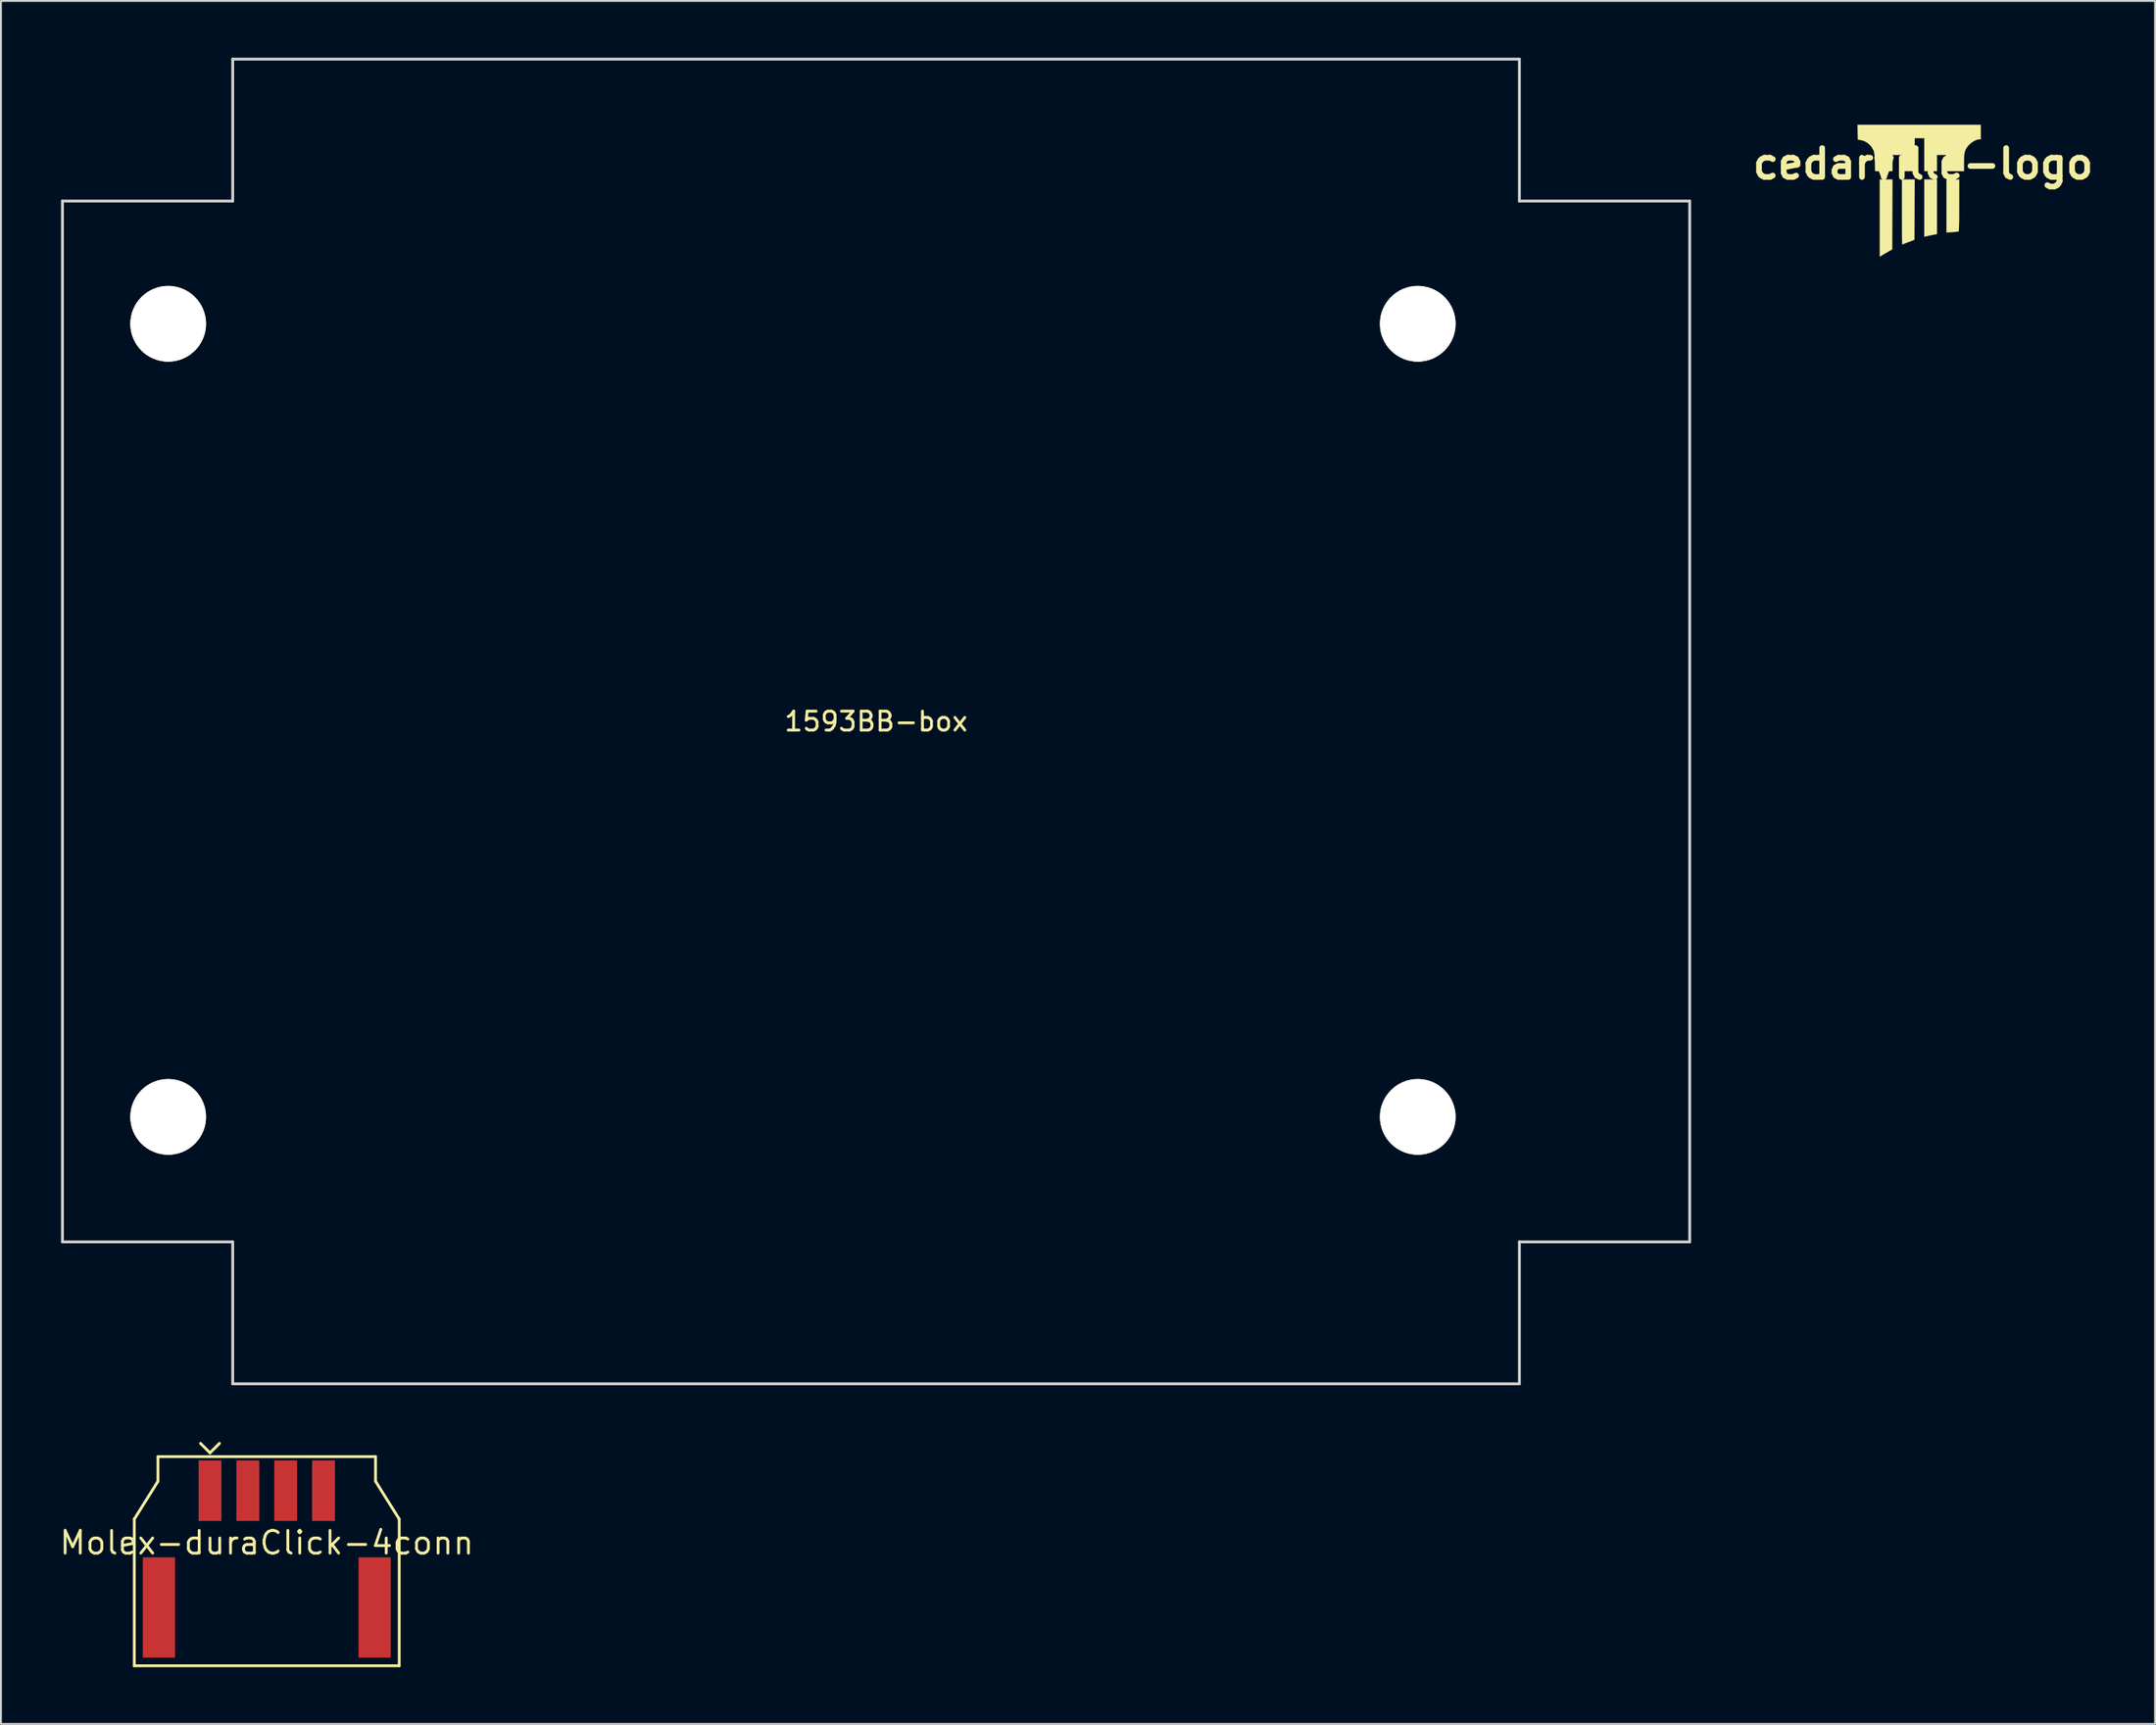
<source format=kicad_pcb>
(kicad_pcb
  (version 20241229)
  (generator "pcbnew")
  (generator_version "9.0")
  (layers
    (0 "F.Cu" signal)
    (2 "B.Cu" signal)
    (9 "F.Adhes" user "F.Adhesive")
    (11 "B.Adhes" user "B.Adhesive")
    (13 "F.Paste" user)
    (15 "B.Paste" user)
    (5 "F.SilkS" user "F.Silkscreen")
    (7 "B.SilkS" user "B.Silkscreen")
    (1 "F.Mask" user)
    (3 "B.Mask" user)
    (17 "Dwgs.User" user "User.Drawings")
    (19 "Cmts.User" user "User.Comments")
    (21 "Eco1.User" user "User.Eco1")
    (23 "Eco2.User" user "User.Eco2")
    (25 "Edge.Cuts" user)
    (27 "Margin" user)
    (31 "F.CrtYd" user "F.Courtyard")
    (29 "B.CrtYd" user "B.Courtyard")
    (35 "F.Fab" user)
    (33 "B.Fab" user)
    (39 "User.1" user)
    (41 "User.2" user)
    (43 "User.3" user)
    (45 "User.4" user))
  (footprint "cedarville-logo"
    (layer "F.Cu")
    (at 98.585 5.611)
    (property "Reference" "cedarville-logo" (at 0 0 0) (layer "F.SilkS") (effects (font (size 1.524 1.524) (thickness 0.3))))
    (attr through_hole)
    (fp_poly (pts (xy -0.19 -5.573) (xy -0.174 -5.486) (xy -0.151 -5.353) (xy -0.122 -5.182) (xy -0.089 -4.984) (xy -0.061 -4.808) (xy -0.027 -4.592) (xy 0.005 -4.398) (xy 0.033 -4.235) (xy 0.055 -4.11) (xy 0.07 -4.032) (xy 0.076 -4.009) (xy 0.095 -4.032) (xy 0.145 -4.1) (xy 0.219 -4.208) (xy 0.313 -4.348) (xy 0.422 -4.513) (xy 0.512 -4.652) (xy 0.632 -4.836) (xy 0.742 -5.004) (xy 0.837 -5.149) (xy 0.912 -5.262) (xy 0.962 -5.336) (xy 0.979 -5.359) (xy 1.009 -5.394) (xy 1.01 -5.375) (xy 1.003 -5.35) (xy 0.99 -5.302) (xy 0.963 -5.203) (xy 0.924 -5.061) (xy 0.876 -4.885) (xy 0.821 -4.685) (xy 0.781 -4.54) (xy 0.725 -4.333) (xy 0.676 -4.147) (xy 0.635 -3.991) (xy 0.606 -3.873) (xy 0.59 -3.801) (xy 0.588 -3.783) (xy 0.616 -3.797) (xy 0.691 -3.84) (xy 0.804 -3.91) (xy 0.948 -4.001) (xy 1.117 -4.108) (xy 1.27 -4.207) (xy 1.453 -4.325) (xy 1.618 -4.43) (xy 1.758 -4.517) (xy 1.864 -4.583) (xy 1.931 -4.622) (xy 1.951 -4.631) (xy 1.934 -4.604) (xy 1.883 -4.535) (xy 1.801 -4.43) (xy 1.696 -4.297) (xy 1.57 -4.141) (xy 1.457 -4) (xy 1.321 -3.832) (xy 1.201 -3.679) (xy 1.102 -3.551) (xy 1.029 -3.452) (xy 0.988 -3.391) (xy 0.981 -3.372) (xy 1.017 -3.375) (xy 1.105 -3.386) (xy 1.235 -3.403) (xy 1.397 -3.426) (xy 1.58 -3.453) (xy 1.774 -3.482) (xy 1.968 -3.512) (xy 2.152 -3.54) (xy 2.317 -3.566) (xy 2.45 -3.589) (xy 2.54 -3.605) (xy 2.537 -3.596) (xy 2.485 -3.562) (xy 2.389 -3.508) (xy 2.258 -3.437) (xy 2.098 -3.353) (xy 2.037 -3.321) (xy 1.859 -3.23) (xy 1.701 -3.146) (xy 1.569 -3.076) (xy 1.475 -3.023) (xy 1.425 -2.993) (xy 1.421 -2.99) (xy 1.422 -2.963) (xy 1.483 -2.942) (xy 1.512 -2.936) (xy 1.587 -2.922) (xy 1.709 -2.899) (xy 1.865 -2.87) (xy 2.038 -2.836) (xy 2.111 -2.822) (xy 2.3 -2.787) (xy 2.489 -2.755) (xy 2.658 -2.729) (xy 2.789 -2.712) (xy 2.818 -2.71) (xy 3.048 -2.689) (xy 3.048 -2.413) (xy 2.888 -2.413) (xy 2.8 -2.419) (xy 2.666 -2.436) (xy 2.5 -2.462) (xy 2.32 -2.493) (xy 2.245 -2.507) (xy 1.815 -2.587) (xy 1.439 -2.646) (xy 1.113 -2.684) (xy 0.83 -2.702) (xy 0.587 -2.7) (xy 0.378 -2.676) (xy 0.196 -2.632) (xy 0.038 -2.568) (xy -0.08 -2.498) (xy -0.158 -2.449) (xy -0.207 -2.435) (xy -0.244 -2.452) (xy -0.253 -2.46) (xy -0.307 -2.497) (xy -0.399 -2.547) (xy -0.493 -2.594) (xy -0.564 -2.626) (xy -0.626 -2.649) (xy -0.691 -2.665) (xy -0.771 -2.675) (xy -0.879 -2.68) (xy -1.025 -2.681) (xy -1.222 -2.681) (xy -1.238 -2.681) (xy -1.447 -2.679) (xy -1.615 -2.674) (xy -1.76 -2.664) (xy -1.901 -2.648) (xy -2.057 -2.622) (xy -2.246 -2.585) (xy -2.365 -2.561) (xy -2.57 -2.52) (xy -2.775 -2.484) (xy -2.963 -2.453) (xy -3.117 -2.432) (xy -3.199 -2.423) (xy -3.461 -2.404) (xy -3.461 -2.69) (xy -3.231 -2.707) (xy -3.126 -2.719) (xy -2.986 -2.739) (xy -2.82 -2.766) (xy -2.64 -2.798) (xy -2.455 -2.833) (xy -2.275 -2.868) (xy -2.111 -2.902) (xy -1.972 -2.934) (xy -1.868 -2.96) (xy -1.81 -2.979) (xy -1.801 -2.987) (xy -1.836 -3.007) (xy -1.918 -3.052) (xy -2.04 -3.116) (xy -2.192 -3.195) (xy -2.367 -3.285) (xy -2.429 -3.316) (xy -2.6 -3.405) (xy -2.744 -3.482) (xy -2.854 -3.544) (xy -2.922 -3.587) (xy -2.944 -3.607) (xy -2.937 -3.608) (xy -2.529 -3.542) (xy -2.183 -3.488) (xy -1.899 -3.444) (xy -1.677 -3.411) (xy -1.516 -3.389) (xy -1.415 -3.378) (xy -1.375 -3.377) (xy -1.374 -3.378) (xy -1.389 -3.405) (xy -1.438 -3.473) (xy -1.514 -3.575) (xy -1.611 -3.7) (xy -1.722 -3.842) (xy -1.842 -3.992) (xy -1.963 -4.143) (xy -2.08 -4.285) (xy -2.185 -4.411) (xy -2.272 -4.512) (xy -2.276 -4.517) (xy -2.338 -4.595) (xy -2.373 -4.653) (xy -2.378 -4.684) (xy -2.352 -4.678) (xy -2.31 -4.644) (xy -2.258 -4.603) (xy -2.166 -4.538) (xy -2.044 -4.455) (xy -1.9 -4.359) (xy -1.742 -4.257) (xy -1.58 -4.152) (xy -1.422 -4.052) (xy -1.277 -3.962) (xy -1.153 -3.886) (xy -1.059 -3.832) (xy -1.004 -3.803) (xy -0.993 -3.801) (xy -0.999 -3.837) (xy -1.019 -3.926) (xy -1.052 -4.06) (xy -1.094 -4.228) (xy -1.145 -4.424) (xy -1.188 -4.588) (xy -1.244 -4.797) (xy -1.293 -4.985) (xy -1.333 -5.144) (xy -1.363 -5.264) (xy -1.38 -5.339) (xy -1.383 -5.359) (xy -1.364 -5.336) (xy -1.315 -5.266) (xy -1.242 -5.157) (xy -1.148 -5.015) (xy -1.038 -4.848) (xy -0.933 -4.686) (xy -0.813 -4.502) (xy -0.704 -4.339) (xy -0.611 -4.204) (xy -0.538 -4.102) (xy -0.49 -4.041) (xy -0.473 -4.026) (xy -0.463 -4.062) (xy -0.445 -4.153) (xy -0.421 -4.288) (xy -0.391 -4.46) (xy -0.359 -4.661) (xy -0.332 -4.833) (xy -0.298 -5.047) (xy -0.267 -5.237) (xy -0.24 -5.397) (xy -0.219 -5.517) (xy -0.204 -5.589) (xy -0.198 -5.606) (xy -0.19 -5.573)) (stroke (width 0.01) (type solid)) (fill yes) (layer "F.Mask"))
    (fp_poly (pts (xy -1.635 4.516) (xy -1.841 4.634) (xy -1.963 4.705) (xy -2.081 4.773) (xy -2.167 4.824) (xy -2.286 4.896) (xy -2.286 0.826) (xy -1.619 0.826) (xy -1.635 4.516)) (stroke (width 0.01) (type solid)) (fill yes) (layer "F.SilkS"))
    (fp_poly (pts (xy 0.73 3.706) (xy 0.468 3.758) (xy 0.338 3.785) (xy 0.224 3.81) (xy 0.147 3.827) (xy 0.135 3.83) (xy 0.064 3.849) (xy 0.064 0.826) (xy 0.73 0.826) (xy 0.73 3.706)) (stroke (width 0.01) (type solid)) (fill yes) (layer "F.SilkS"))
    (fp_poly (pts (xy 1.905 2.189) (xy 1.904 2.477) (xy 1.903 2.745) (xy 1.901 2.986) (xy 1.897 3.194) (xy 1.893 3.362) (xy 1.889 3.484) (xy 1.884 3.553) (xy 1.881 3.566) (xy 1.841 3.574) (xy 1.753 3.585) (xy 1.631 3.596) (xy 1.548 3.603) (xy 1.238 3.625) (xy 1.238 0.826) (xy 1.905 0.826) (xy 1.905 2.189)) (stroke (width 0.01) (type solid)) (fill yes) (layer "F.SilkS"))
    (fp_poly (pts (xy -0.46 4.008) (xy -0.778 4.131) (xy -0.908 4.181) (xy -1.014 4.221) (xy -1.083 4.247) (xy -1.103 4.254) (xy -1.105 4.224) (xy -1.106 4.135) (xy -1.107 3.995) (xy -1.109 3.808) (xy -1.11 3.581) (xy -1.11 3.32) (xy -1.111 3.029) (xy -1.111 2.716) (xy -1.111 2.54) (xy -1.111 0.826) (xy -0.444 0.826) (xy -0.46 4.008)) (stroke (width 0.01) (type solid)) (fill yes) (layer "F.SilkS"))
    (fp_poly (pts (xy -0.207 -2.064) (xy 3.048 -2.064) (xy 3.048 -1.302) (xy 2.961 -1.301) (xy 2.833 -1.277) (xy 2.686 -1.21) (xy 2.538 -1.111) (xy 2.408 -0.99) (xy 2.407 -0.989) (xy 2.318 -0.881) (xy 2.253 -0.776) (xy 2.208 -0.662) (xy 2.179 -0.525) (xy 2.164 -0.353) (xy 2.159 -0.133) (xy 2.159 -0.074) (xy 2.159 0.381) (xy 1.206 0.381) (xy 1.206 -0.476) (xy 0.73 -0.476) (xy 0.73 0.381) (xy 0.064 0.381) (xy 0.064 -1.365) (xy -0.445 -1.365) (xy -0.445 0.381) (xy -1.111 0.381) (xy -1.111 -0.476) (xy -1.619 -0.476) (xy -1.619 0.381) (xy -2.532 0.381) (xy -2.546 -0.103) (xy -2.553 -0.303) (xy -2.562 -0.451) (xy -2.575 -0.562) (xy -2.593 -0.646) (xy -2.618 -0.717) (xy -2.625 -0.732) (xy -2.751 -0.941) (xy -2.918 -1.102) (xy -3.122 -1.214) (xy -3.306 -1.264) (xy -3.445 -1.288) (xy -3.463 -2.064) (xy -0.207 -2.064)) (stroke (width 0.01) (type solid)) (fill yes) (layer "F.SilkS")))
  (footprint "1593BB-box"
    (layer "F.Cu")
    (at 0.25 62.575)
    (property "Reference" "1593BB-box" (at 43 -27.5 0) (layer "F.SilkS") (effects (font (size 1 1) (thickness 0.15))))
    (attr through_hole)
    (fp_line (start 0 -55) (end 9 -55) (stroke (width 0.15) (type solid)) (layer "Edge.Cuts"))
    (fp_line (start 0 0) (end 0 -55) (stroke (width 0.15) (type solid)) (layer "Edge.Cuts"))
    (fp_line (start 0 0) (end 9 0) (stroke (width 0.15) (type solid)) (layer "Edge.Cuts"))
    (fp_line (start 9 -62.5) (end 77 -62.5) (stroke (width 0.15) (type solid)) (layer "Edge.Cuts"))
    (fp_line (start 9 -55) (end 9 -62.5) (stroke (width 0.15) (type solid)) (layer "Edge.Cuts"))
    (fp_line (start 9 0) (end 9 7.5) (stroke (width 0.15) (type solid)) (layer "Edge.Cuts"))
    (fp_line (start 77 -55) (end 77 -62.5) (stroke (width 0.15) (type solid)) (layer "Edge.Cuts"))
    (fp_line (start 77 0) (end 77 7.5) (stroke (width 0.15) (type solid)) (layer "Edge.Cuts"))
    (fp_line (start 77 7.5) (end 9 7.5) (stroke (width 0.15) (type solid)) (layer "Edge.Cuts"))
    (fp_line (start 86 -55) (end 77 -55) (stroke (width 0.15) (type solid)) (layer "Edge.Cuts"))
    (fp_line (start 86 -55) (end 86 0) (stroke (width 0.15) (type solid)) (layer "Edge.Cuts"))
    (fp_line (start 86 0) (end 77 0) (stroke (width 0.15) (type solid)) (layer "Edge.Cuts"))
    (pad "" np_thru_hole circle (at 5.588 -48.514) (size 4 4) (drill 4) (layers "*.Cu" "*.Mask" "F.SilkS"))
    (pad "" np_thru_hole circle (at 5.588 -6.604) (size 4 4) (drill 4) (layers "*.Cu" "*.Mask" "F.SilkS"))
    (pad "" np_thru_hole circle (at 71.628 -48.514) (size 4 4) (drill 4) (layers "*.Cu" "*.Mask" "F.SilkS"))
    (pad "" np_thru_hole circle (at 71.628 -6.604) (size 4 4) (drill 4) (layers "*.Cu" "*.Mask" "F.SilkS")))
  (footprint "Molex-duraClick-4conn"
    (layer "F.Cu")
    (at 11.048 75.725)
    (property "Reference" "Molex-duraClick-4conn" (at 0 2.75 0) (layer "F.SilkS") (effects (font (size 1.2 1.2) (thickness 0.15))))
    (attr through_hole)
    (fp_line (start -7 1.5) (end -7 9.25) (stroke (width 0.15) (type solid)) (layer "F.SilkS"))
    (fp_line (start -7 9.25) (end 7 9.25) (stroke (width 0.15) (type solid)) (layer "F.SilkS"))
    (fp_line (start -5.75 -1.8) (end -5.75 -0.5) (stroke (width 0.15) (type solid)) (layer "F.SilkS"))
    (fp_line (start -5.75 -0.5) (end -7 1.5) (stroke (width 0.15) (type solid)) (layer "F.SilkS"))
    (fp_line (start -3.5 -2.5) (end -3 -2) (stroke (width 0.15) (type solid)) (layer "F.SilkS"))
    (fp_line (start -3 -2) (end -2.5 -2.5) (stroke (width 0.15) (type solid)) (layer "F.SilkS"))
    (fp_line (start 5.75 -1.8) (end -5.75 -1.8) (stroke (width 0.15) (type solid)) (layer "F.SilkS"))
    (fp_line (start 5.75 -0.5) (end 5.75 -1.8) (stroke (width 0.15) (type solid)) (layer "F.SilkS"))
    (fp_line (start 7 1.5) (end 5.75 -0.5) (stroke (width 0.15) (type solid)) (layer "F.SilkS"))
    (fp_line (start 7 9.25) (end 7 1.5) (stroke (width 0.15) (type solid)) (layer "F.SilkS"))
    (pad "0" smd rect (at -5.7 6.17) (size 1.7 5.3) (layers "F.Cu" "F.Mask" "F.Paste"))
    (pad "0" smd rect (at 5.7 6.17) (size 1.7 5.3) (layers "F.Cu" "F.Mask" "F.Paste"))
    (pad "1" smd rect (at -3 0) (size 1.206 3.2) (layers "F.Cu" "F.Mask" "F.Paste"))
    (pad "2" smd rect (at -1 0) (size 1.206 3.2) (layers "F.Cu" "F.Mask" "F.Paste"))
    (pad "3" smd rect (at 1 0) (size 1.206 3.2) (layers "F.Cu" "F.Mask" "F.Paste"))
    (pad "4" smd rect (at 3 0) (size 1.206 3.2) (layers "F.Cu" "F.Mask" "F.Paste")))
  (gr_rect
    (start -3 -3)
    (end 110.845 88.05)
    (stroke (width 0.1) (type default))
    (fill no)
    (layer "Edge.Cuts")))
</source>
